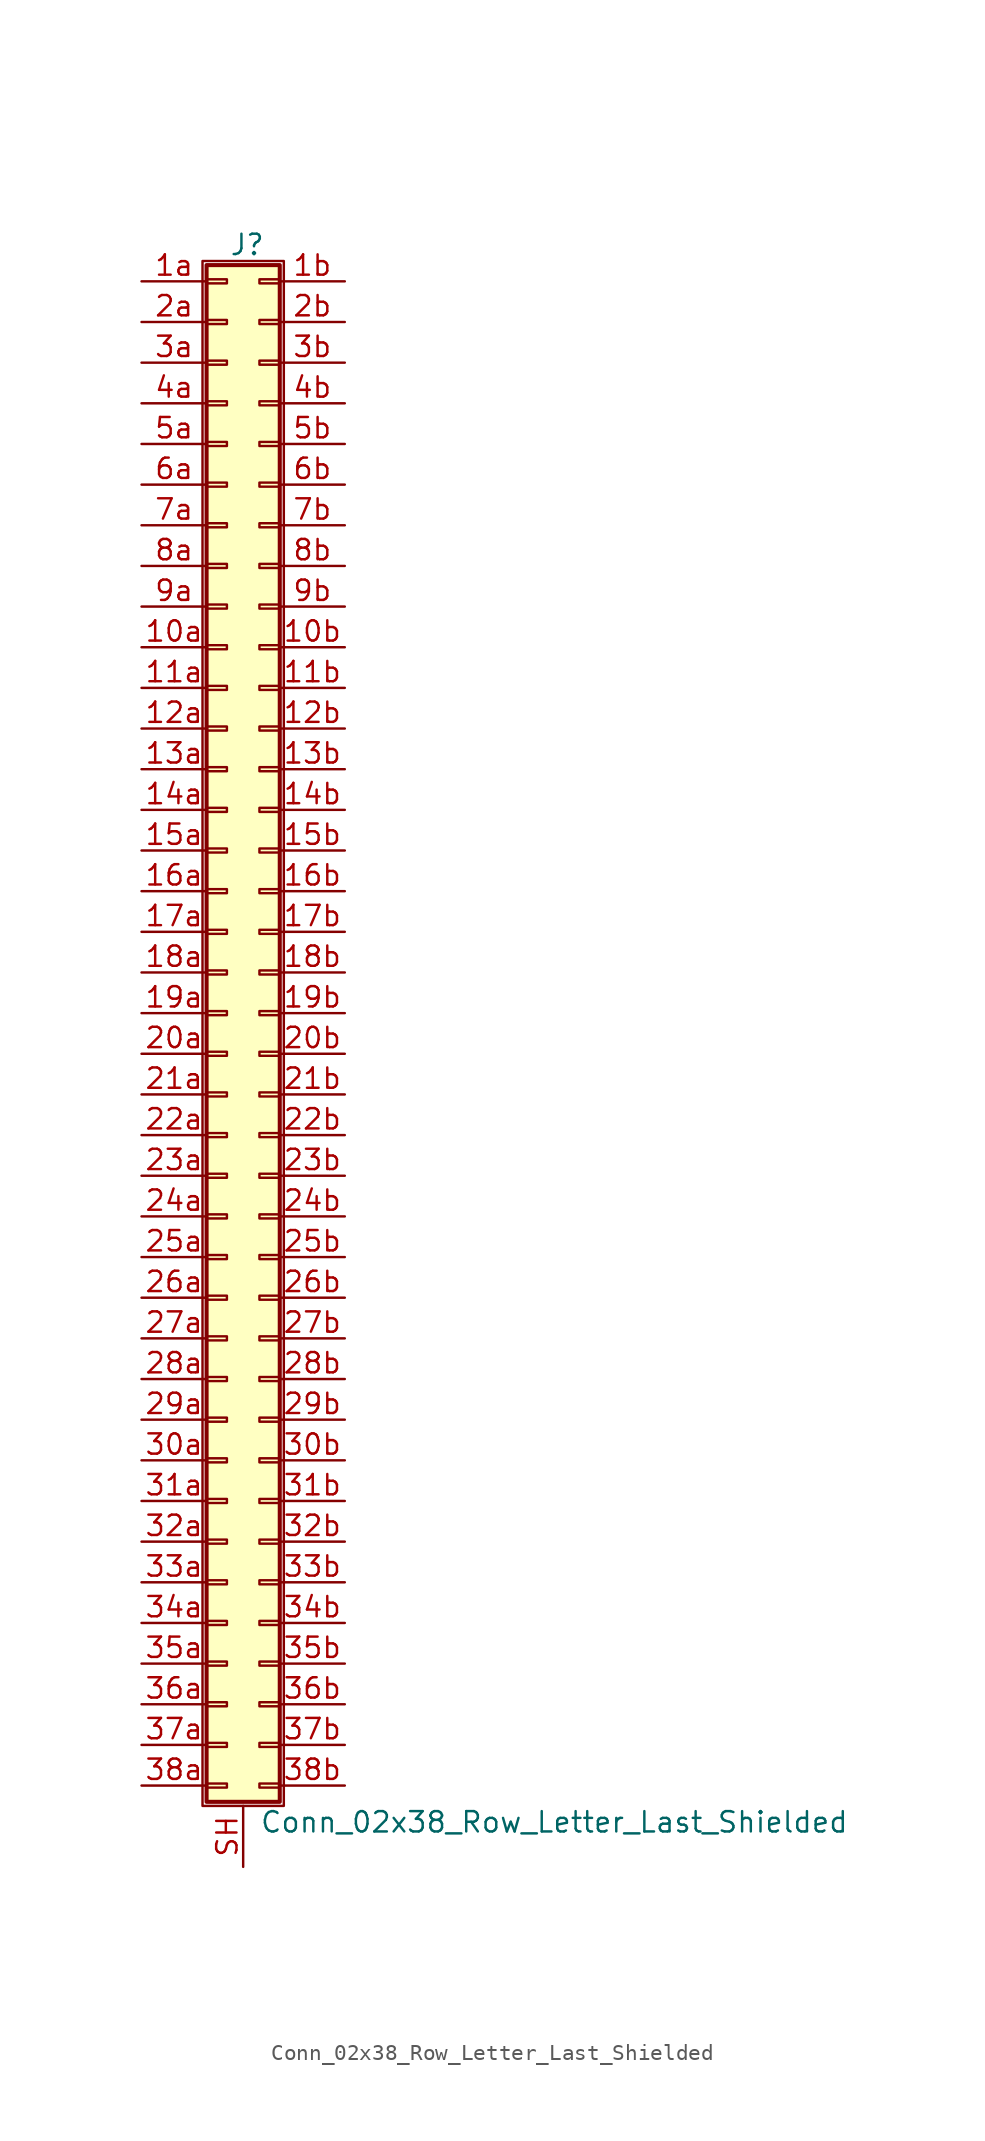
<source format=kicad_sym>
(kicad_symbol_lib
  (version 20201005)
  (generator kicad_symbol_editor)
  (symbol "Conn_02x38_Row_Letter_Last_Shielded"
    (pin_names
      (offset 1.016) hide)
    (property "Reference" "J"
      (at 1.524 48.006 0)
      (effects (font (size 1.27 1.27))))
    (property "Value" "Conn_02x38_Row_Letter_Last_Shielded"
      (at 2.286 -50.546 0)
      (effects (font (size 1.27 1.27)) (justify left)))
    (symbol "Conn_02x38_Row_Letter_Last_Shielded_1_1"
      (rectangle (start -1.27 46.99) (end 3.81 -49.53) (stroke (width 0.152)) (fill (type none)))
      (rectangle (start -1.016 -48.133) (end 0.254 -48.387) (stroke (width 0.152)) (fill (type none)))
      (rectangle (start -1.016 -45.593) (end 0.254 -45.847) (stroke (width 0.152)) (fill (type none)))
      (rectangle (start -1.016 -43.053) (end 0.254 -43.307) (stroke (width 0.152)) (fill (type none)))
      (rectangle (start -1.016 -40.513) (end 0.254 -40.767) (stroke (width 0.152)) (fill (type none)))
      (rectangle (start -1.016 -37.973) (end 0.254 -38.227) (stroke (width 0.152)) (fill (type none)))
      (rectangle (start -1.016 -35.433) (end 0.254 -35.687) (stroke (width 0.152)) (fill (type none)))
      (rectangle (start -1.016 -32.893) (end 0.254 -33.147) (stroke (width 0.152)) (fill (type none)))
      (rectangle (start -1.016 -30.353) (end 0.254 -30.607) (stroke (width 0.152)) (fill (type none)))
      (rectangle (start -1.016 -27.813) (end 0.254 -28.067) (stroke (width 0.152)) (fill (type none)))
      (rectangle (start -1.016 -25.273) (end 0.254 -25.527) (stroke (width 0.152)) (fill (type none)))
      (rectangle (start -1.016 -22.733) (end 0.254 -22.987) (stroke (width 0.152)) (fill (type none)))
      (rectangle (start -1.016 -20.193) (end 0.254 -20.447) (stroke (width 0.152)) (fill (type none)))
      (rectangle (start -1.016 -17.653) (end 0.254 -17.907) (stroke (width 0.152)) (fill (type none)))
      (rectangle (start -1.016 -15.113) (end 0.254 -15.367) (stroke (width 0.152)) (fill (type none)))
      (rectangle (start -1.016 -12.573) (end 0.254 -12.827) (stroke (width 0.152)) (fill (type none)))
      (rectangle (start -1.016 -10.033) (end 0.254 -10.287) (stroke (width 0.152)) (fill (type none)))
      (rectangle (start -1.016 -7.493) (end 0.254 -7.747) (stroke (width 0.152)) (fill (type none)))
      (rectangle (start -1.016 -4.953) (end 0.254 -5.207) (stroke (width 0.152)) (fill (type none)))
      (rectangle (start -1.016 -2.413) (end 0.254 -2.667) (stroke (width 0.152)) (fill (type none)))
      (rectangle (start -1.016 0.127) (end 0.254 -0.127) (stroke (width 0.152)) (fill (type none)))
      (rectangle (start -1.016 2.667) (end 0.254 2.413) (stroke (width 0.152)) (fill (type none)))
      (rectangle (start -1.016 5.207) (end 0.254 4.953) (stroke (width 0.152)) (fill (type none)))
      (rectangle (start -1.016 7.747) (end 0.254 7.493) (stroke (width 0.152)) (fill (type none)))
      (rectangle (start -1.016 10.287) (end 0.254 10.033) (stroke (width 0.152)) (fill (type none)))
      (rectangle (start -1.016 12.827) (end 0.254 12.573) (stroke (width 0.152)) (fill (type none)))
      (rectangle (start -1.016 15.367) (end 0.254 15.113) (stroke (width 0.152)) (fill (type none)))
      (rectangle (start -1.016 17.907) (end 0.254 17.653) (stroke (width 0.152)) (fill (type none)))
      (rectangle (start -1.016 20.447) (end 0.254 20.193) (stroke (width 0.152)) (fill (type none)))
      (rectangle (start -1.016 22.987) (end 0.254 22.733) (stroke (width 0.152)) (fill (type none)))
      (rectangle (start -1.016 25.527) (end 0.254 25.273) (stroke (width 0.152)) (fill (type none)))
      (rectangle (start -1.016 28.067) (end 0.254 27.813) (stroke (width 0.152)) (fill (type none)))
      (rectangle (start -1.016 30.607) (end 0.254 30.353) (stroke (width 0.152)) (fill (type none)))
      (rectangle (start -1.016 33.147) (end 0.254 32.893) (stroke (width 0.152)) (fill (type none)))
      (rectangle (start -1.016 35.687) (end 0.254 35.433) (stroke (width 0.152)) (fill (type none)))
      (rectangle (start -1.016 38.227) (end 0.254 37.973) (stroke (width 0.152)) (fill (type none)))
      (rectangle (start -1.016 40.767) (end 0.254 40.513) (stroke (width 0.152)) (fill (type none)))
      (rectangle (start -1.016 43.307) (end 0.254 43.053) (stroke (width 0.152)) (fill (type none)))
      (rectangle (start -1.016 45.847) (end 0.254 45.593) (stroke (width 0.152)) (fill (type none)))
      (rectangle (start 3.556 -48.133) (end 2.286 -48.387) (stroke (width 0.152)) (fill (type none)))
      (rectangle (start 3.556 -45.593) (end 2.286 -45.847) (stroke (width 0.152)) (fill (type none)))
      (rectangle (start 3.556 -43.053) (end 2.286 -43.307) (stroke (width 0.152)) (fill (type none)))
      (rectangle (start 3.556 -40.513) (end 2.286 -40.767) (stroke (width 0.152)) (fill (type none)))
      (rectangle (start 3.556 -37.973) (end 2.286 -38.227) (stroke (width 0.152)) (fill (type none)))
      (rectangle (start 3.556 -35.433) (end 2.286 -35.687) (stroke (width 0.152)) (fill (type none)))
      (rectangle (start 3.556 -32.893) (end 2.286 -33.147) (stroke (width 0.152)) (fill (type none)))
      (rectangle (start 3.556 -30.353) (end 2.286 -30.607) (stroke (width 0.152)) (fill (type none)))
      (rectangle (start 3.556 -27.813) (end 2.286 -28.067) (stroke (width 0.152)) (fill (type none)))
      (rectangle (start 3.556 -25.273) (end 2.286 -25.527) (stroke (width 0.152)) (fill (type none)))
      (rectangle (start 3.556 -22.733) (end 2.286 -22.987) (stroke (width 0.152)) (fill (type none)))
      (rectangle (start 3.556 -20.193) (end 2.286 -20.447) (stroke (width 0.152)) (fill (type none)))
      (rectangle (start 3.556 -17.653) (end 2.286 -17.907) (stroke (width 0.152)) (fill (type none)))
      (rectangle (start 3.556 -15.113) (end 2.286 -15.367) (stroke (width 0.152)) (fill (type none)))
      (rectangle (start 3.556 -12.573) (end 2.286 -12.827) (stroke (width 0.152)) (fill (type none)))
      (rectangle (start 3.556 -10.033) (end 2.286 -10.287) (stroke (width 0.152)) (fill (type none)))
      (rectangle (start 3.556 -7.493) (end 2.286 -7.747) (stroke (width 0.152)) (fill (type none)))
      (rectangle (start 3.556 -4.953) (end 2.286 -5.207) (stroke (width 0.152)) (fill (type none)))
      (rectangle (start 3.556 -2.413) (end 2.286 -2.667) (stroke (width 0.152)) (fill (type none)))
      (rectangle (start 3.556 0.127) (end 2.286 -0.127) (stroke (width 0.152)) (fill (type none)))
      (rectangle (start 3.556 2.667) (end 2.286 2.413) (stroke (width 0.152)) (fill (type none)))
      (rectangle (start 3.556 5.207) (end 2.286 4.953) (stroke (width 0.152)) (fill (type none)))
      (rectangle (start 3.556 7.747) (end 2.286 7.493) (stroke (width 0.152)) (fill (type none)))
      (rectangle (start 3.556 10.287) (end 2.286 10.033) (stroke (width 0.152)) (fill (type none)))
      (rectangle (start 3.556 12.827) (end 2.286 12.573) (stroke (width 0.152)) (fill (type none)))
      (rectangle (start 3.556 15.367) (end 2.286 15.113) (stroke (width 0.152)) (fill (type none)))
      (rectangle (start 3.556 17.907) (end 2.286 17.653) (stroke (width 0.152)) (fill (type none)))
      (rectangle (start 3.556 20.447) (end 2.286 20.193) (stroke (width 0.152)) (fill (type none)))
      (rectangle (start 3.556 22.987) (end 2.286 22.733) (stroke (width 0.152)) (fill (type none)))
      (rectangle (start 3.556 25.527) (end 2.286 25.273) (stroke (width 0.152)) (fill (type none)))
      (rectangle (start 3.556 28.067) (end 2.286 27.813) (stroke (width 0.152)) (fill (type none)))
      (rectangle (start 3.556 30.607) (end 2.286 30.353) (stroke (width 0.152)) (fill (type none)))
      (rectangle (start 3.556 33.147) (end 2.286 32.893) (stroke (width 0.152)) (fill (type none)))
      (rectangle (start 3.556 35.687) (end 2.286 35.433) (stroke (width 0.152)) (fill (type none)))
      (rectangle (start 3.556 38.227) (end 2.286 37.973) (stroke (width 0.152)) (fill (type none)))
      (rectangle (start 3.556 40.767) (end 2.286 40.513) (stroke (width 0.152)) (fill (type none)))
      (rectangle (start 3.556 43.307) (end 2.286 43.053) (stroke (width 0.152)) (fill (type none)))
      (rectangle (start 3.556 45.847) (end 2.286 45.593) (stroke (width 0.152)) (fill (type none)))
      (rectangle (start -1.016 46.736) (end 3.556 -49.276) (stroke (width 0.254)) (fill (type background)))
      (pin passive line (at -5.08 22.86 0) (length 4.064) (name "Pin_10a" (effects (font (size 1.27 1.27)))) (number "10a" (effects (font (size 1.27 1.27)))))
      (pin passive line (at 7.62 22.86 180) (length 4.064) (name "Pin_10b" (effects (font (size 1.27 1.27)))) (number "10b" (effects (font (size 1.27 1.27)))))
      (pin passive line (at -5.08 20.32 0) (length 4.064) (name "Pin_11a" (effects (font (size 1.27 1.27)))) (number "11a" (effects (font (size 1.27 1.27)))))
      (pin passive line (at 7.62 20.32 180) (length 4.064) (name "Pin_11b" (effects (font (size 1.27 1.27)))) (number "11b" (effects (font (size 1.27 1.27)))))
      (pin passive line (at -5.08 17.78 0) (length 4.064) (name "Pin_12a" (effects (font (size 1.27 1.27)))) (number "12a" (effects (font (size 1.27 1.27)))))
      (pin passive line (at 7.62 17.78 180) (length 4.064) (name "Pin_12b" (effects (font (size 1.27 1.27)))) (number "12b" (effects (font (size 1.27 1.27)))))
      (pin passive line (at -5.08 15.24 0) (length 4.064) (name "Pin_13a" (effects (font (size 1.27 1.27)))) (number "13a" (effects (font (size 1.27 1.27)))))
      (pin passive line (at 7.62 15.24 180) (length 4.064) (name "Pin_13b" (effects (font (size 1.27 1.27)))) (number "13b" (effects (font (size 1.27 1.27)))))
      (pin passive line (at -5.08 12.7 0) (length 4.064) (name "Pin_14a" (effects (font (size 1.27 1.27)))) (number "14a" (effects (font (size 1.27 1.27)))))
      (pin passive line (at 7.62 12.7 180) (length 4.064) (name "Pin_14b" (effects (font (size 1.27 1.27)))) (number "14b" (effects (font (size 1.27 1.27)))))
      (pin passive line (at -5.08 10.16 0) (length 4.064) (name "Pin_15a" (effects (font (size 1.27 1.27)))) (number "15a" (effects (font (size 1.27 1.27)))))
      (pin passive line (at 7.62 10.16 180) (length 4.064) (name "Pin_15b" (effects (font (size 1.27 1.27)))) (number "15b" (effects (font (size 1.27 1.27)))))
      (pin passive line (at -5.08 7.62 0) (length 4.064) (name "Pin_16a" (effects (font (size 1.27 1.27)))) (number "16a" (effects (font (size 1.27 1.27)))))
      (pin passive line (at 7.62 7.62 180) (length 4.064) (name "Pin_16b" (effects (font (size 1.27 1.27)))) (number "16b" (effects (font (size 1.27 1.27)))))
      (pin passive line (at -5.08 5.08 0) (length 4.064) (name "Pin_17a" (effects (font (size 1.27 1.27)))) (number "17a" (effects (font (size 1.27 1.27)))))
      (pin passive line (at 7.62 5.08 180) (length 4.064) (name "Pin_17b" (effects (font (size 1.27 1.27)))) (number "17b" (effects (font (size 1.27 1.27)))))
      (pin passive line (at -5.08 2.54 0) (length 4.064) (name "Pin_18a" (effects (font (size 1.27 1.27)))) (number "18a" (effects (font (size 1.27 1.27)))))
      (pin passive line (at 7.62 2.54 180) (length 4.064) (name "Pin_18b" (effects (font (size 1.27 1.27)))) (number "18b" (effects (font (size 1.27 1.27)))))
      (pin passive line (at -5.08 0 0) (length 4.064) (name "Pin_19a" (effects (font (size 1.27 1.27)))) (number "19a" (effects (font (size 1.27 1.27)))))
      (pin passive line (at 7.62 0 180) (length 4.064) (name "Pin_19b" (effects (font (size 1.27 1.27)))) (number "19b" (effects (font (size 1.27 1.27)))))
      (pin passive line (at -5.08 45.72 0) (length 4.064) (name "Pin_1a" (effects (font (size 1.27 1.27)))) (number "1a" (effects (font (size 1.27 1.27)))))
      (pin passive line (at 7.62 45.72 180) (length 4.064) (name "Pin_1b" (effects (font (size 1.27 1.27)))) (number "1b" (effects (font (size 1.27 1.27)))))
      (pin passive line (at -5.08 -2.54 0) (length 4.064) (name "Pin_20a" (effects (font (size 1.27 1.27)))) (number "20a" (effects (font (size 1.27 1.27)))))
      (pin passive line (at 7.62 -2.54 180) (length 4.064) (name "Pin_20b" (effects (font (size 1.27 1.27)))) (number "20b" (effects (font (size 1.27 1.27)))))
      (pin passive line (at -5.08 -5.08 0) (length 4.064) (name "Pin_21a" (effects (font (size 1.27 1.27)))) (number "21a" (effects (font (size 1.27 1.27)))))
      (pin passive line (at 7.62 -5.08 180) (length 4.064) (name "Pin_21b" (effects (font (size 1.27 1.27)))) (number "21b" (effects (font (size 1.27 1.27)))))
      (pin passive line (at -5.08 -7.62 0) (length 4.064) (name "Pin_22a" (effects (font (size 1.27 1.27)))) (number "22a" (effects (font (size 1.27 1.27)))))
      (pin passive line (at 7.62 -7.62 180) (length 4.064) (name "Pin_22b" (effects (font (size 1.27 1.27)))) (number "22b" (effects (font (size 1.27 1.27)))))
      (pin passive line (at -5.08 -10.16 0) (length 4.064) (name "Pin_23a" (effects (font (size 1.27 1.27)))) (number "23a" (effects (font (size 1.27 1.27)))))
      (pin passive line (at 7.62 -10.16 180) (length 4.064) (name "Pin_23b" (effects (font (size 1.27 1.27)))) (number "23b" (effects (font (size 1.27 1.27)))))
      (pin passive line (at -5.08 -12.7 0) (length 4.064) (name "Pin_24a" (effects (font (size 1.27 1.27)))) (number "24a" (effects (font (size 1.27 1.27)))))
      (pin passive line (at 7.62 -12.7 180) (length 4.064) (name "Pin_24b" (effects (font (size 1.27 1.27)))) (number "24b" (effects (font (size 1.27 1.27)))))
      (pin passive line (at -5.08 -15.24 0) (length 4.064) (name "Pin_25a" (effects (font (size 1.27 1.27)))) (number "25a" (effects (font (size 1.27 1.27)))))
      (pin passive line (at 7.62 -15.24 180) (length 4.064) (name "Pin_25b" (effects (font (size 1.27 1.27)))) (number "25b" (effects (font (size 1.27 1.27)))))
      (pin passive line (at -5.08 -17.78 0) (length 4.064) (name "Pin_26a" (effects (font (size 1.27 1.27)))) (number "26a" (effects (font (size 1.27 1.27)))))
      (pin passive line (at 7.62 -17.78 180) (length 4.064) (name "Pin_26b" (effects (font (size 1.27 1.27)))) (number "26b" (effects (font (size 1.27 1.27)))))
      (pin passive line (at -5.08 -20.32 0) (length 4.064) (name "Pin_27a" (effects (font (size 1.27 1.27)))) (number "27a" (effects (font (size 1.27 1.27)))))
      (pin passive line (at 7.62 -20.32 180) (length 4.064) (name "Pin_27b" (effects (font (size 1.27 1.27)))) (number "27b" (effects (font (size 1.27 1.27)))))
      (pin passive line (at -5.08 -22.86 0) (length 4.064) (name "Pin_28a" (effects (font (size 1.27 1.27)))) (number "28a" (effects (font (size 1.27 1.27)))))
      (pin passive line (at 7.62 -22.86 180) (length 4.064) (name "Pin_28b" (effects (font (size 1.27 1.27)))) (number "28b" (effects (font (size 1.27 1.27)))))
      (pin passive line (at -5.08 -25.4 0) (length 4.064) (name "Pin_29a" (effects (font (size 1.27 1.27)))) (number "29a" (effects (font (size 1.27 1.27)))))
      (pin passive line (at 7.62 -25.4 180) (length 4.064) (name "Pin_29b" (effects (font (size 1.27 1.27)))) (number "29b" (effects (font (size 1.27 1.27)))))
      (pin passive line (at -5.08 43.18 0) (length 4.064) (name "Pin_2a" (effects (font (size 1.27 1.27)))) (number "2a" (effects (font (size 1.27 1.27)))))
      (pin passive line (at 7.62 43.18 180) (length 4.064) (name "Pin_2b" (effects (font (size 1.27 1.27)))) (number "2b" (effects (font (size 1.27 1.27)))))
      (pin passive line (at -5.08 -27.94 0) (length 4.064) (name "Pin_30a" (effects (font (size 1.27 1.27)))) (number "30a" (effects (font (size 1.27 1.27)))))
      (pin passive line (at 7.62 -27.94 180) (length 4.064) (name "Pin_30b" (effects (font (size 1.27 1.27)))) (number "30b" (effects (font (size 1.27 1.27)))))
      (pin passive line (at -5.08 -30.48 0) (length 4.064) (name "Pin_31a" (effects (font (size 1.27 1.27)))) (number "31a" (effects (font (size 1.27 1.27)))))
      (pin passive line (at 7.62 -30.48 180) (length 4.064) (name "Pin_31b" (effects (font (size 1.27 1.27)))) (number "31b" (effects (font (size 1.27 1.27)))))
      (pin passive line (at -5.08 -33.02 0) (length 4.064) (name "Pin_32a" (effects (font (size 1.27 1.27)))) (number "32a" (effects (font (size 1.27 1.27)))))
      (pin passive line (at 7.62 -33.02 180) (length 4.064) (name "Pin_32b" (effects (font (size 1.27 1.27)))) (number "32b" (effects (font (size 1.27 1.27)))))
      (pin passive line (at -5.08 -35.56 0) (length 4.064) (name "Pin_33a" (effects (font (size 1.27 1.27)))) (number "33a" (effects (font (size 1.27 1.27)))))
      (pin passive line (at 7.62 -35.56 180) (length 4.064) (name "Pin_33b" (effects (font (size 1.27 1.27)))) (number "33b" (effects (font (size 1.27 1.27)))))
      (pin passive line (at -5.08 -38.1 0) (length 4.064) (name "Pin_34a" (effects (font (size 1.27 1.27)))) (number "34a" (effects (font (size 1.27 1.27)))))
      (pin passive line (at 7.62 -38.1 180) (length 4.064) (name "Pin_34b" (effects (font (size 1.27 1.27)))) (number "34b" (effects (font (size 1.27 1.27)))))
      (pin passive line (at -5.08 -40.64 0) (length 4.064) (name "Pin_35a" (effects (font (size 1.27 1.27)))) (number "35a" (effects (font (size 1.27 1.27)))))
      (pin passive line (at 7.62 -40.64 180) (length 4.064) (name "Pin_35b" (effects (font (size 1.27 1.27)))) (number "35b" (effects (font (size 1.27 1.27)))))
      (pin passive line (at -5.08 -43.18 0) (length 4.064) (name "Pin_36a" (effects (font (size 1.27 1.27)))) (number "36a" (effects (font (size 1.27 1.27)))))
      (pin passive line (at 7.62 -43.18 180) (length 4.064) (name "Pin_36b" (effects (font (size 1.27 1.27)))) (number "36b" (effects (font (size 1.27 1.27)))))
      (pin passive line (at -5.08 -45.72 0) (length 4.064) (name "Pin_37a" (effects (font (size 1.27 1.27)))) (number "37a" (effects (font (size 1.27 1.27)))))
      (pin passive line (at 7.62 -45.72 180) (length 4.064) (name "Pin_37b" (effects (font (size 1.27 1.27)))) (number "37b" (effects (font (size 1.27 1.27)))))
      (pin passive line (at -5.08 -48.26 0) (length 4.064) (name "Pin_38a" (effects (font (size 1.27 1.27)))) (number "38a" (effects (font (size 1.27 1.27)))))
      (pin passive line (at 7.62 -48.26 180) (length 4.064) (name "Pin_38b" (effects (font (size 1.27 1.27)))) (number "38b" (effects (font (size 1.27 1.27)))))
      (pin passive line (at -5.08 40.64 0) (length 4.064) (name "Pin_3a" (effects (font (size 1.27 1.27)))) (number "3a" (effects (font (size 1.27 1.27)))))
      (pin passive line (at 7.62 40.64 180) (length 4.064) (name "Pin_3b" (effects (font (size 1.27 1.27)))) (number "3b" (effects (font (size 1.27 1.27)))))
      (pin passive line (at -5.08 38.1 0) (length 4.064) (name "Pin_4a" (effects (font (size 1.27 1.27)))) (number "4a" (effects (font (size 1.27 1.27)))))
      (pin passive line (at 7.62 38.1 180) (length 4.064) (name "Pin_4b" (effects (font (size 1.27 1.27)))) (number "4b" (effects (font (size 1.27 1.27)))))
      (pin passive line (at -5.08 35.56 0) (length 4.064) (name "Pin_5a" (effects (font (size 1.27 1.27)))) (number "5a" (effects (font (size 1.27 1.27)))))
      (pin passive line (at 7.62 35.56 180) (length 4.064) (name "Pin_5b" (effects (font (size 1.27 1.27)))) (number "5b" (effects (font (size 1.27 1.27)))))
      (pin passive line (at -5.08 33.02 0) (length 4.064) (name "Pin_6a" (effects (font (size 1.27 1.27)))) (number "6a" (effects (font (size 1.27 1.27)))))
      (pin passive line (at 7.62 33.02 180) (length 4.064) (name "Pin_6b" (effects (font (size 1.27 1.27)))) (number "6b" (effects (font (size 1.27 1.27)))))
      (pin passive line (at -5.08 30.48 0) (length 4.064) (name "Pin_7a" (effects (font (size 1.27 1.27)))) (number "7a" (effects (font (size 1.27 1.27)))))
      (pin passive line (at 7.62 30.48 180) (length 4.064) (name "Pin_7b" (effects (font (size 1.27 1.27)))) (number "7b" (effects (font (size 1.27 1.27)))))
      (pin passive line (at -5.08 27.94 0) (length 4.064) (name "Pin_8a" (effects (font (size 1.27 1.27)))) (number "8a" (effects (font (size 1.27 1.27)))))
      (pin passive line (at 7.62 27.94 180) (length 4.064) (name "Pin_8b" (effects (font (size 1.27 1.27)))) (number "8b" (effects (font (size 1.27 1.27)))))
      (pin passive line (at -5.08 25.4 0) (length 4.064) (name "Pin_9a" (effects (font (size 1.27 1.27)))) (number "9a" (effects (font (size 1.27 1.27)))))
      (pin passive line (at 7.62 25.4 180) (length 4.064) (name "Pin_9b" (effects (font (size 1.27 1.27)))) (number "9b" (effects (font (size 1.27 1.27)))))
      (pin passive line (at 1.27 -53.34 90) (length 3.81) (name "Shield" (effects (font (size 1.27 1.27)))) (number "SH" (effects (font (size 1.27 1.27))))))))
</source>
